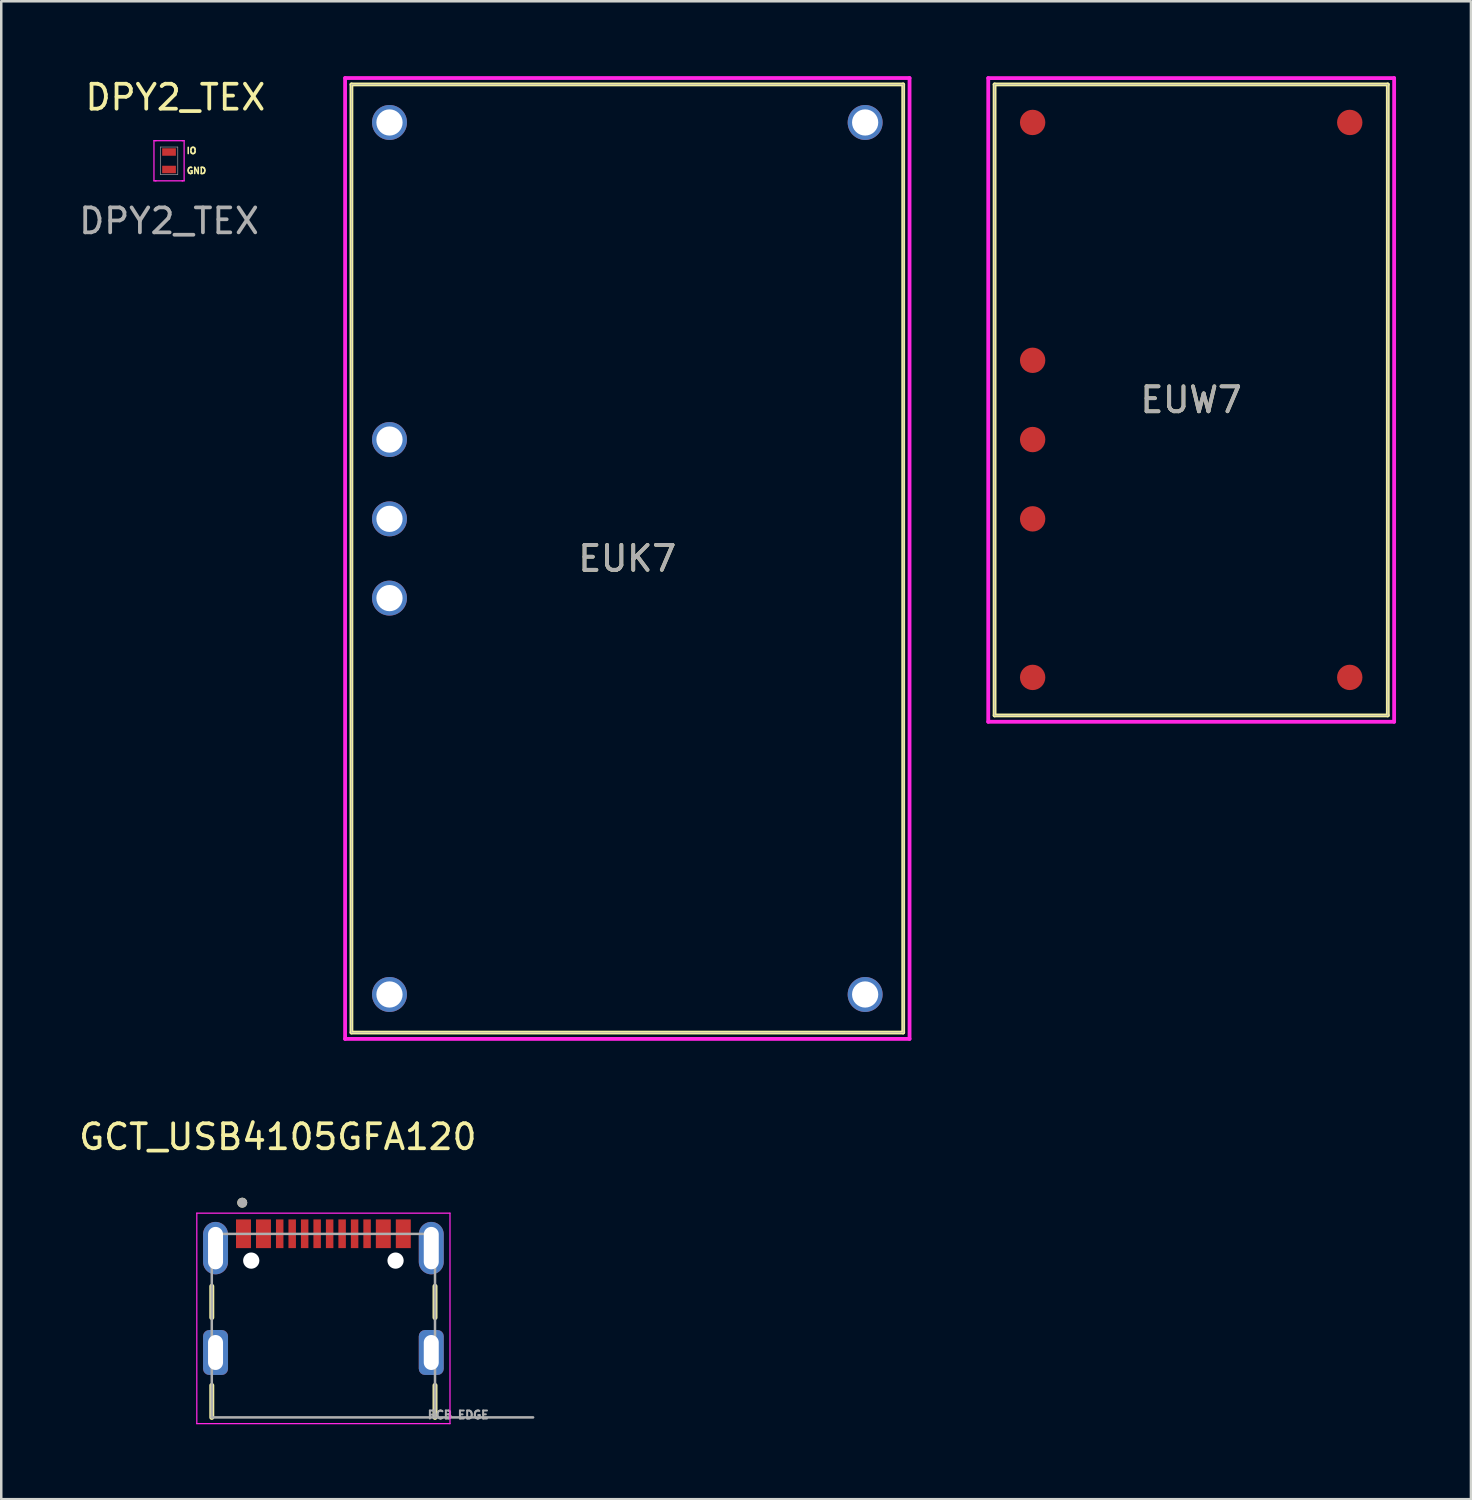
<source format=kicad_pcb>
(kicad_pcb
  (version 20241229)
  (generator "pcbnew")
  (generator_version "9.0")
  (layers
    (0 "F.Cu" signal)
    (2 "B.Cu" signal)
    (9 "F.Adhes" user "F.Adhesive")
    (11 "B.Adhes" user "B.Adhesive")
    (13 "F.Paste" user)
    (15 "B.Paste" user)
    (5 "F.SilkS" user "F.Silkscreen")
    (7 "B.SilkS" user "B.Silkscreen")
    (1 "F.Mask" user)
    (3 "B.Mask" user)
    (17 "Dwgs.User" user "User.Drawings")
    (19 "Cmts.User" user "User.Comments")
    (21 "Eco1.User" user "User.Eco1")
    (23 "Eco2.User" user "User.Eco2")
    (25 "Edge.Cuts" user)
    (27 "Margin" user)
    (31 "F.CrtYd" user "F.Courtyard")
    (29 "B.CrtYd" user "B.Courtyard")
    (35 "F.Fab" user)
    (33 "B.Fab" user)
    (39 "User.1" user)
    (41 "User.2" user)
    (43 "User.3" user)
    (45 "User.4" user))
  (footprint "EUK7"
    (layer "F.Cu")
    (at 22.074 19.317)
    (property "Reference" "EUK7" (at 0 0 0) (unlocked yes) (layer "F.SilkS") (effects (font (size 1 1) (thickness 0.15))))
    (attr smd)
    (fp_line (start -11.049 -18.986) (end -11.049 18.986) (stroke (width 0.152) (type solid)) (layer "F.SilkS"))
    (fp_line (start -11.049 18.986) (end 11.049 18.986) (stroke (width 0.152) (type solid)) (layer "F.SilkS"))
    (fp_line (start 11.049 -18.986) (end -11.049 -18.986) (stroke (width 0.152) (type solid)) (layer "F.SilkS"))
    (fp_line (start 11.049 18.986) (end 11.049 -18.986) (stroke (width 0.152) (type solid)) (layer "F.SilkS"))
    (fp_line (start -11.303 -19.241) (end 11.303 -19.241) (stroke (width 0.152) (type solid)) (layer "F.CrtYd"))
    (fp_line (start -11.303 19.241) (end -11.303 -19.241) (stroke (width 0.152) (type solid)) (layer "F.CrtYd"))
    (fp_line (start 11.303 -19.241) (end 11.303 19.241) (stroke (width 0.152) (type solid)) (layer "F.CrtYd"))
    (fp_line (start 11.303 19.241) (end -11.303 19.241) (stroke (width 0.152) (type solid)) (layer "F.CrtYd"))
    (fp_line (start -11.049 -18.986) (end -11.049 18.986) (stroke (width 0.025) (type solid)) (layer "F.Fab"))
    (fp_line (start -11.049 18.986) (end 11.049 18.986) (stroke (width 0.025) (type solid)) (layer "F.Fab"))
    (fp_line (start 11.049 -18.986) (end -11.049 -18.986) (stroke (width 0.025) (type solid)) (layer "F.Fab"))
    (fp_line (start 11.049 18.986) (end 11.049 -18.986) (stroke (width 0.025) (type solid)) (layer "F.Fab"))
    (fp_text user "${REFERENCE}" (at 0 0 0) (unlocked yes) (layer "F.Fab") (effects (font (size 1 1) (thickness 0.15))))
    (pad "1" thru_hole circle (at 9.525 -17.462) (size 1.4 1.4) (drill 1.05) (layers "*.Cu" "*.Mask"))
    (pad "2" thru_hole circle (at -9.525 -17.462) (size 1.4 1.4) (drill 1.05) (layers "*.Cu" "*.Mask"))
    (pad "3" thru_hole circle (at -9.525 -4.763) (size 1.4 1.4) (drill 1.05) (layers "*.Cu" "*.Mask"))
    (pad "4" thru_hole circle (at -9.525 -1.587) (size 1.4 1.4) (drill 1.05) (layers "*.Cu" "*.Mask"))
    (pad "5" thru_hole circle (at -9.525 1.587) (size 1.4 1.4) (drill 1.05) (layers "*.Cu" "*.Mask"))
    (pad "6" thru_hole circle (at -9.525 17.462) (size 1.4 1.4) (drill 1.05) (layers "*.Cu" "*.Mask"))
    (pad "7" thru_hole circle (at 9.525 17.462) (size 1.4 1.4) (drill 1.05) (layers "*.Cu" "*.Mask")))
  (footprint "DPY2_TEX"
    (layer "F.Cu")
    (at 3.72 3.388)
    (property "Reference" "DPY2_TEX" (at 0.254 -2.54 0) (unlocked yes) (layer "F.SilkS") (effects (font (size 1 1) (thickness 0.15))))
    (attr smd)
    (fp_line (start -0.604 -0.804) (end -0.529 -0.804) (stroke (width 0.05) (type solid)) (layer "F.CrtYd"))
    (fp_line (start -0.604 0.804) (end -0.604 -0.804) (stroke (width 0.05) (type solid)) (layer "F.CrtYd"))
    (fp_line (start -0.529 -0.804) (end -0.529 -0.804) (stroke (width 0.05) (type solid)) (layer "F.CrtYd"))
    (fp_line (start -0.529 -0.804) (end 0.529 -0.804) (stroke (width 0.05) (type solid)) (layer "F.CrtYd"))
    (fp_line (start -0.529 0.804) (end -0.604 0.804) (stroke (width 0.05) (type solid)) (layer "F.CrtYd"))
    (fp_line (start -0.529 0.804) (end -0.529 0.804) (stroke (width 0.05) (type solid)) (layer "F.CrtYd"))
    (fp_line (start 0.529 -0.804) (end 0.529 -0.804) (stroke (width 0.05) (type solid)) (layer "F.CrtYd"))
    (fp_line (start 0.529 -0.804) (end 0.604 -0.804) (stroke (width 0.05) (type solid)) (layer "F.CrtYd"))
    (fp_line (start 0.529 0.804) (end -0.529 0.804) (stroke (width 0.05) (type solid)) (layer "F.CrtYd"))
    (fp_line (start 0.529 0.804) (end 0.529 0.804) (stroke (width 0.05) (type solid)) (layer "F.CrtYd"))
    (fp_line (start 0.604 -0.804) (end 0.604 0.804) (stroke (width 0.05) (type solid)) (layer "F.CrtYd"))
    (fp_line (start 0.604 0.804) (end 0.529 0.804) (stroke (width 0.05) (type solid)) (layer "F.CrtYd"))
    (fp_line (start -0.35 -0.55) (end -0.35 0.55) (stroke (width 0.025) (type solid)) (layer "F.Fab"))
    (fp_line (start -0.35 0.55) (end 0.35 0.55) (stroke (width 0.025) (type solid)) (layer "F.Fab"))
    (fp_line (start 0.35 -0.55) (end -0.35 -0.55) (stroke (width 0.025) (type solid)) (layer "F.Fab"))
    (fp_line (start 0.35 0.55) (end 0.35 -0.55) (stroke (width 0.025) (type solid)) (layer "F.Fab"))
    (fp_text user "IO" (at 0.9 -0.4 0) (unlocked yes) (layer "F.SilkS") (effects (font (size 0.25 0.25) (thickness 0.062))))
    (fp_text user "GND" (at 1.1 0.4 0) (unlocked yes) (layer "F.SilkS") (effects (font (size 0.25 0.25) (thickness 0.062))))
    (fp_text user "${REFERENCE}" (at 0 2.413 0) (unlocked yes) (layer "F.Fab") (effects (font (size 1 1) (thickness 0.15))))
    (pad "1" smd rect (at 0 -0.35 270) (size 0.3 0.55) (layers "F.Cu" "F.Mask" "F.Paste"))
    (pad "2" smd rect (at 0 0.35 270) (size 0.3 0.55) (layers "F.Cu" "F.Mask" "F.Paste")))
  (footprint "GCT_USB4105GFA120"
    (layer "F.Cu")
    (at 9.902 51.117)
    (property "Reference" "GCT_USB4105GFA120" (at -1.825 -8.635 0) (layer "F.SilkS") (effects (font (size 1 1) (thickness 0.15))))
    (attr smd)
    (fp_line (start -4.47 -2.65) (end -4.47 -1.4) (stroke (width 0.2) (type solid)) (layer "F.SilkS"))
    (fp_line (start -4.47 1.32) (end -4.47 2.6) (stroke (width 0.2) (type solid)) (layer "F.SilkS"))
    (fp_line (start 4.47 -2.65) (end 4.47 -1.4) (stroke (width 0.2) (type solid)) (layer "F.SilkS"))
    (fp_line (start 4.47 2.6) (end 4.47 1.32) (stroke (width 0.2) (type solid)) (layer "F.SilkS"))
    (fp_circle (center -3.25 -6) (end -3.15 -6) (stroke (width 0.2) (type solid)) (fill no) (layer "F.SilkS"))
    (fp_line (start -5.07 -5.58) (end -5.07 2.85) (stroke (width 0.05) (type solid)) (layer "F.CrtYd"))
    (fp_line (start -5.07 2.85) (end 5.07 2.85) (stroke (width 0.05) (type solid)) (layer "F.CrtYd"))
    (fp_line (start 5.07 -5.58) (end -5.07 -5.58) (stroke (width 0.05) (type solid)) (layer "F.CrtYd"))
    (fp_line (start 5.07 2.85) (end 5.07 -5.58) (stroke (width 0.05) (type solid)) (layer "F.CrtYd"))
    (fp_line (start -4.47 -4.75) (end 4.47 -4.75) (stroke (width 0.1) (type solid)) (layer "F.Fab"))
    (fp_line (start -4.47 2.6) (end -4.47 -4.75) (stroke (width 0.1) (type solid)) (layer "F.Fab"))
    (fp_line (start 4.47 -4.75) (end 4.47 2.6) (stroke (width 0.1) (type solid)) (layer "F.Fab"))
    (fp_line (start 4.47 2.6) (end -4.47 2.6) (stroke (width 0.1) (type solid)) (layer "F.Fab"))
    (fp_line (start 4.47 2.6) (end 8.4 2.6) (stroke (width 0.1) (type solid)) (layer "F.Fab"))
    (fp_circle (center -3.25 -6) (end -3.15 -6) (stroke (width 0.2) (type solid)) (fill no) (layer "F.Fab"))
    (fp_text user "PCB EDGE" (at 5.4 2.5 0) (layer "F.Fab") (effects (font (size 0.32 0.32) (thickness 0.15))))
    (pad "" np_thru_hole circle (at -2.89 -3.68) (size 0.65 0.65) (drill 0.65) (layers "*.Cu" "*.Mask"))
    (pad "" np_thru_hole circle (at 2.89 -3.68) (size 0.65 0.65) (drill 0.65) (layers "*.Cu" "*.Mask"))
    (pad "A1_B12" smd rect (at -3.2 -4.755) (size 0.6 1.15) (layers "F.Cu" "F.Mask" "F.Paste"))
    (pad "A4_B9" smd rect (at -2.4 -4.755) (size 0.6 1.15) (layers "F.Cu" "F.Mask" "F.Paste"))
    (pad "A5" smd rect (at -1.25 -4.755) (size 0.3 1.15) (layers "F.Cu" "F.Mask" "F.Paste"))
    (pad "A6" smd rect (at -0.25 -4.755) (size 0.3 1.15) (layers "F.Cu" "F.Mask" "F.Paste"))
    (pad "A7" smd rect (at 0.25 -4.755) (size 0.3 1.15) (layers "F.Cu" "F.Mask" "F.Paste"))
    (pad "A8" smd rect (at 1.25 -4.755) (size 0.3 1.15) (layers "F.Cu" "F.Mask" "F.Paste"))
    (pad "B1_A12" smd rect (at 3.2 -4.755) (size 0.6 1.15) (layers "F.Cu" "F.Mask" "F.Paste"))
    (pad "B4_A9" smd rect (at 2.4 -4.755) (size 0.6 1.15) (layers "F.Cu" "F.Mask" "F.Paste"))
    (pad "B5" smd rect (at 1.75 -4.755) (size 0.3 1.15) (layers "F.Cu" "F.Mask" "F.Paste"))
    (pad "B6" smd rect (at 0.75 -4.755) (size 0.3 1.15) (layers "F.Cu" "F.Mask" "F.Paste"))
    (pad "B7" smd rect (at -0.75 -4.755) (size 0.3 1.15) (layers "F.Cu" "F.Mask" "F.Paste"))
    (pad "B8" smd rect (at -1.75 -4.755) (size 0.3 1.15) (layers "F.Cu" "F.Mask" "F.Paste"))
    (pad "SH1" thru_hole oval (at -4.32 -4.18) (size 1 2.1) (drill oval 0.6 1.7) (layers "*.Cu" "*.Mask"))
    (pad "SH2" thru_hole oval (at 4.32 -4.18) (size 1 2.1) (drill oval 0.6 1.7) (layers "*.Cu" "*.Mask"))
    (pad "SH3" thru_hole roundrect (at -4.32 0) (size 1 1.8) (drill oval 0.6 1.4) (layers "*.Cu" "*.Mask") (roundrect_rratio 0.25))
    (pad "SH4" thru_hole roundrect (at 4.32 0) (size 1 1.8) (drill oval 0.6 1.4) (layers "*.Cu" "*.Mask") (roundrect_rratio 0.25)))
  (footprint "EUW7"
    (layer "F.Cu")
    (at 44.657 12.967)
    (property "Reference" "EUW7" (at 0 0 0) (unlocked yes) (layer "F.SilkS") (effects (font (size 1 1) (thickness 0.15))))
    (attr smd)
    (fp_line (start -7.874 -12.636) (end -7.874 12.636) (stroke (width 0.152) (type solid)) (layer "F.SilkS"))
    (fp_line (start -7.874 12.636) (end 7.874 12.636) (stroke (width 0.152) (type solid)) (layer "F.SilkS"))
    (fp_line (start 7.874 -12.636) (end -7.874 -12.636) (stroke (width 0.152) (type solid)) (layer "F.SilkS"))
    (fp_line (start 7.874 12.636) (end 7.874 -12.636) (stroke (width 0.152) (type solid)) (layer "F.SilkS"))
    (fp_line (start -8.128 -12.89) (end 8.128 -12.89) (stroke (width 0.152) (type solid)) (layer "F.CrtYd"))
    (fp_line (start -8.128 12.89) (end -8.128 -12.89) (stroke (width 0.152) (type solid)) (layer "F.CrtYd"))
    (fp_line (start 8.128 -12.89) (end 8.128 12.89) (stroke (width 0.152) (type solid)) (layer "F.CrtYd"))
    (fp_line (start 8.128 12.89) (end -8.128 12.89) (stroke (width 0.152) (type solid)) (layer "F.CrtYd"))
    (fp_line (start -7.874 -12.636) (end -7.874 12.636) (stroke (width 0.025) (type solid)) (layer "F.Fab"))
    (fp_line (start -7.874 12.636) (end 7.874 12.636) (stroke (width 0.025) (type solid)) (layer "F.Fab"))
    (fp_line (start 7.874 -12.636) (end -7.874 -12.636) (stroke (width 0.025) (type solid)) (layer "F.Fab"))
    (fp_line (start 7.874 12.636) (end 7.874 -12.636) (stroke (width 0.025) (type solid)) (layer "F.Fab"))
    (fp_text user "${REFERENCE}" (at 0 0 0) (unlocked yes) (layer "F.Fab") (effects (font (size 1 1) (thickness 0.15))))
    (pad "1" smd circle (at 6.35 -11.113) (size 1.016 1.016) (layers "F.Cu" "F.Mask" "F.Paste"))
    (pad "2" smd circle (at -6.35 -11.113) (size 1.016 1.016) (layers "F.Cu" "F.Mask" "F.Paste"))
    (pad "3" smd circle (at -6.35 -1.587) (size 1.016 1.016) (layers "F.Cu" "F.Mask" "F.Paste"))
    (pad "4" smd circle (at -6.35 1.587) (size 1.016 1.016) (layers "F.Cu" "F.Mask" "F.Paste"))
    (pad "5" smd circle (at -6.35 4.763) (size 1.016 1.016) (layers "F.Cu" "F.Mask" "F.Paste"))
    (pad "6" smd circle (at -6.35 11.113) (size 1.016 1.016) (layers "F.Cu" "F.Mask" "F.Paste"))
    (pad "7" smd circle (at 6.35 11.113) (size 1.016 1.016) (layers "F.Cu" "F.Mask" "F.Paste")))
  (gr_rect
    (start -3 -3)
    (end 55.861 56.992)
    (stroke (width 0.1) (type default))
    (fill no)
    (layer "Edge.Cuts")))
</source>
